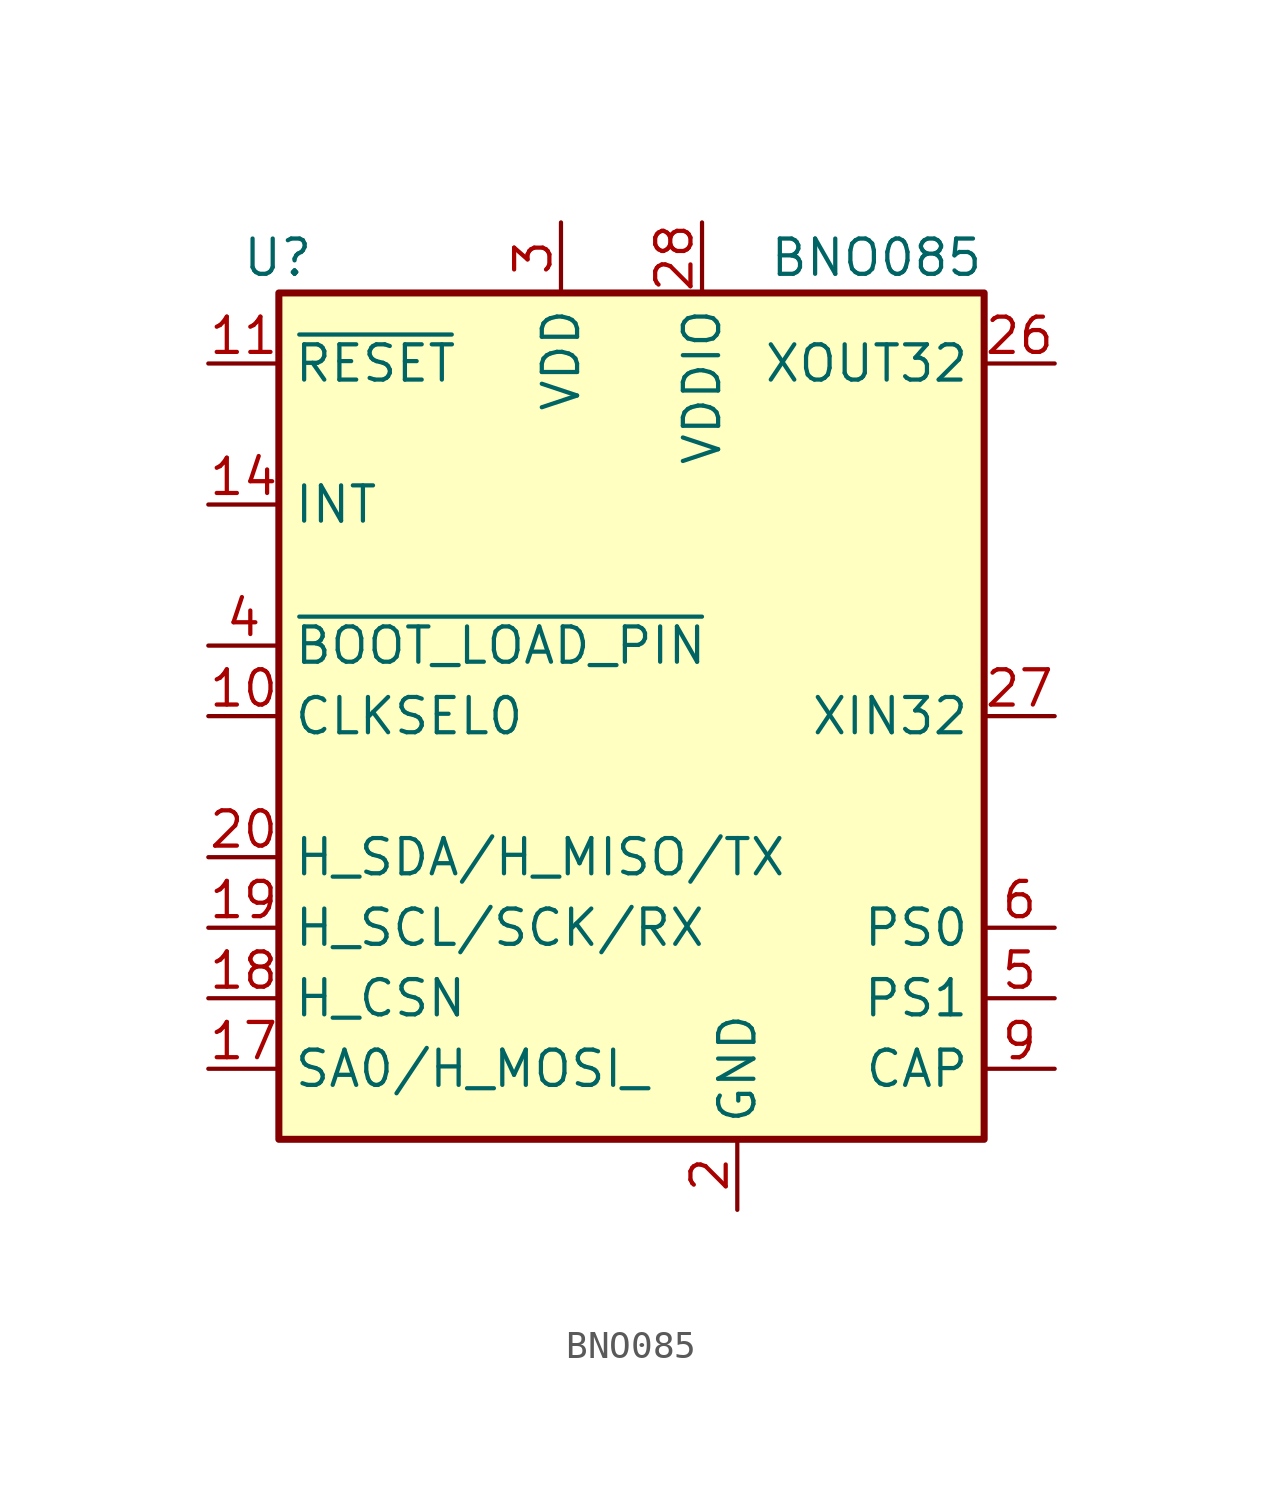
<source format=kicad_sym>
(kicad_symbol_lib
  (version 20211014)
  (generator kicad_symbol_editor)
  (symbol "BNO085"
    (property "Reference" "U"
      (at -11.43 16.51 0)
      (effects (font (size 1.27 1.27)) (justify right)))
    (property "Value" "BNO085"
      (at 12.7 16.51 0)
      (effects (font (size 1.27 1.27)) (justify right)))
    (symbol "BNO085_0_1"
      (rectangle (start -12.7 15.24) (end 12.7 -15.24) (stroke (width 0.254) (type default) (color 0 0 0 0)) (fill (type background))))
    (symbol "BNO085_1_1"
      (pin no_connect line (at -12.7 10.16 0) (length 2.54) hide (name "PIN1" (effects (font (size 1.27 1.27)))) (number "1" (effects (font (size 1.27 1.27)))))
      (pin output line (at -15.24 0 0) (length 2.54) (name "CLKSEL0" (effects (font (size 1.27 1.27)))) (number "10" (effects (font (size 1.27 1.27)))))
      (pin input line (at -15.24 12.7 0) (length 2.54) (name "~{RESET}" (effects (font (size 1.27 1.27)))) (number "11" (effects (font (size 1.27 1.27)))))
      (pin no_connect line (at 12.7 10.16 180) (length 2.54) hide (name "PIN12" (effects (font (size 1.27 1.27)))) (number "12" (effects (font (size 1.27 1.27)))))
      (pin no_connect line (at 12.7 7.62 180) (length 2.54) hide (name "PIN13" (effects (font (size 1.27 1.27)))) (number "13" (effects (font (size 1.27 1.27)))))
      (pin output line (at -15.24 7.62 0) (length 2.54) (name "INT" (effects (font (size 1.27 1.27)))) (number "14" (effects (font (size 1.27 1.27)))))
      (pin no_connect line (at 6.35 -15.24 90) (length 2.54) hide (name "ENV_SCL" (effects (font (size 1.27 1.27)))) (number "15" (effects (font (size 1.27 1.27)))))
      (pin no_connect line (at 6.35 -15.24 90) (length 2.54) hide (name "ENV_SDA" (effects (font (size 1.27 1.27)))) (number "16" (effects (font (size 1.27 1.27)))))
      (pin input line (at -15.24 -12.7 0) (length 2.54) (name "SA0/H_MOSI_" (effects (font (size 1.27 1.27)))) (number "17" (effects (font (size 1.27 1.27)))))
      (pin bidirectional line (at -15.24 -10.16 0) (length 2.54) (name "H_CSN" (effects (font (size 1.27 1.27)))) (number "18" (effects (font (size 1.27 1.27)))))
      (pin bidirectional line (at -15.24 -7.62 0) (length 2.54) (name "H_SCL/SCK/RX" (effects (font (size 1.27 1.27)))) (number "19" (effects (font (size 1.27 1.27)))))
      (pin power_in line (at 3.81 -17.78 90) (length 2.54) (name "GND" (effects (font (size 1.27 1.27)))) (number "2" (effects (font (size 1.27 1.27)))))
      (pin bidirectional line (at -15.24 -5.08 0) (length 2.54) (name "H_SDA/H_MISO/TX" (effects (font (size 1.27 1.27)))) (number "20" (effects (font (size 1.27 1.27)))))
      (pin no_connect line (at 12.7 5.08 180) (length 2.54) hide (name "PIN21" (effects (font (size 1.27 1.27)))) (number "21" (effects (font (size 1.27 1.27)))))
      (pin no_connect line (at 12.7 2.54 180) (length 2.54) hide (name "PIN22" (effects (font (size 1.27 1.27)))) (number "22" (effects (font (size 1.27 1.27)))))
      (pin no_connect line (at 12.7 -2.54 180) (length 2.54) hide (name "PIN23" (effects (font (size 1.27 1.27)))) (number "23" (effects (font (size 1.27 1.27)))))
      (pin no_connect line (at 12.7 -5.08 180) (length 2.54) hide (name "PIN24" (effects (font (size 1.27 1.27)))) (number "24" (effects (font (size 1.27 1.27)))))
      (pin power_in line (at 3.81 -17.78 90) (length 2.54) hide (name "GND" (effects (font (size 1.27 1.27)))) (number "25" (effects (font (size 1.27 1.27)))))
      (pin output line (at 15.24 12.7 180) (length 2.54) (name "XOUT32" (effects (font (size 1.27 1.27)))) (number "26" (effects (font (size 1.27 1.27)))))
      (pin input line (at 15.24 0 180) (length 2.54) (name "XIN32" (effects (font (size 1.27 1.27)))) (number "27" (effects (font (size 1.27 1.27)))))
      (pin power_in line (at 2.54 17.78 270) (length 2.54) (name "VDDIO" (effects (font (size 1.27 1.27)))) (number "28" (effects (font (size 1.27 1.27)))))
      (pin power_in line (at -2.54 17.78 270) (length 2.54) (name "VDD" (effects (font (size 1.27 1.27)))) (number "3" (effects (font (size 1.27 1.27)))))
      (pin input line (at -15.24 2.54 0) (length 2.54) (name "~{BOOT_LOAD_PIN}" (effects (font (size 1.27 1.27)))) (number "4" (effects (font (size 1.27 1.27)))))
      (pin input line (at 15.24 -10.16 180) (length 2.54) (name "PS1" (effects (font (size 1.27 1.27)))) (number "5" (effects (font (size 1.27 1.27)))))
      (pin input line (at 15.24 -7.62 180) (length 2.54) (name "PS0" (effects (font (size 1.27 1.27)))) (number "6" (effects (font (size 1.27 1.27)))))
      (pin no_connect line (at -12.7 5.08 0) (length 2.54) hide (name "PIN7" (effects (font (size 1.27 1.27)))) (number "7" (effects (font (size 1.27 1.27)))))
      (pin no_connect line (at -12.7 -2.54 0) (length 2.54) hide (name "PIN8" (effects (font (size 1.27 1.27)))) (number "8" (effects (font (size 1.27 1.27)))))
      (pin passive line (at 15.24 -12.7 180) (length 2.54) (name "CAP" (effects (font (size 1.27 1.27)))) (number "9" (effects (font (size 1.27 1.27))))))))
</source>
